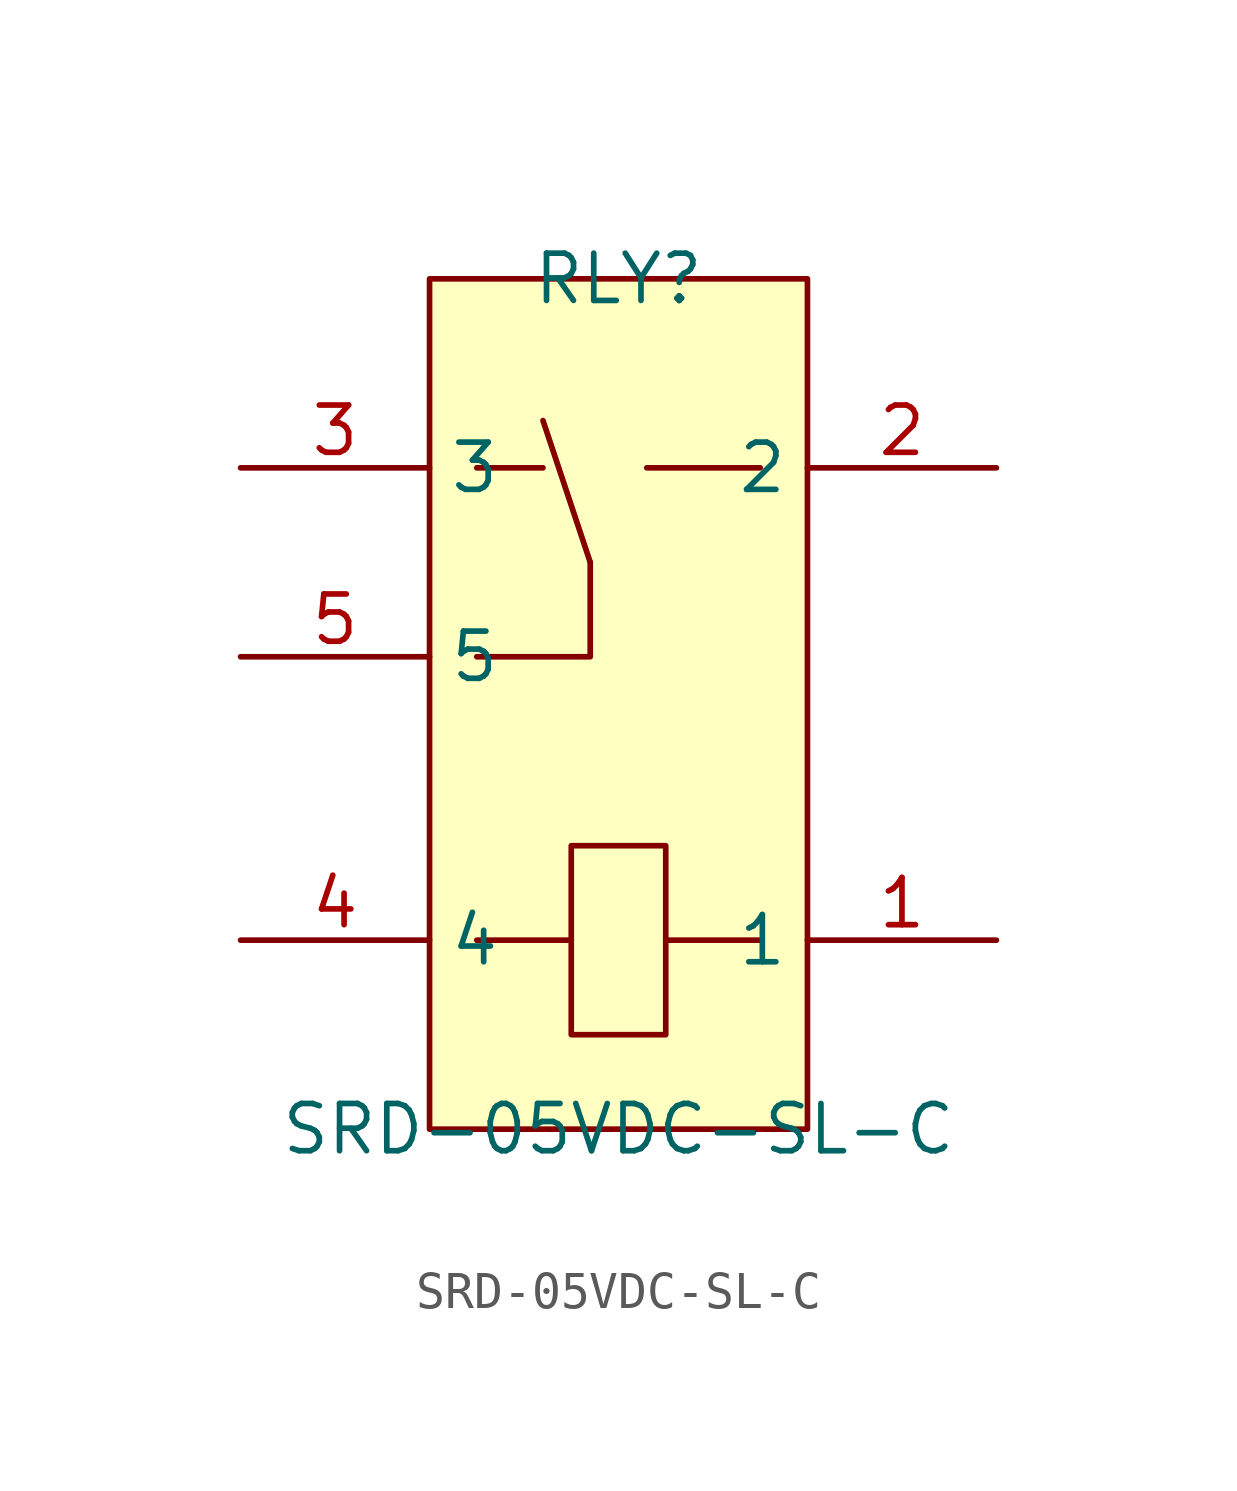
<source format=kicad_sym>
(kicad_symbol_lib
  (version 20231120)
  (generator "kicad_symbol_editor")
  (generator_version "8.0")
  (symbol "SRD-05VDC-SL-C"
    (property "Reference" "RLY"
      (at 0 11.43 0)
      (effects (font (size 1.27 1.27))))
    (property "Value" "SRD-05VDC-SL-C"
      (at 0 -11.43 0)
      (effects (font (size 1.27 1.27))))
    (symbol "SRD-05VDC-SL-C_0_1"
      (rectangle (start -5.08 11.43) (end 5.08 -11.43) (stroke (width 0) (type default)) (fill (type background)))
      (arc (start -3.81 -6.6) (mid -3.76 -6.36) (end -3.81 -6.6) (stroke (width 0) (type default)) (fill (type none)))
      (arc (start -3.81 -1.52) (mid -3.76 -1.28) (end -3.81 -1.52) (stroke (width 0) (type default)) (fill (type none)))
      (arc (start -3.81 6.1) (mid -3.76 6.34) (end -3.81 6.1) (stroke (width 0) (type default)) (fill (type none)))
      (polyline (pts (xy -3.81 6.35) (xy -2.03 6.35)) (stroke (width 0) (type default)) (fill (type none)))
      (polyline (pts (xy -1.27 -6.35) (xy -3.81 -6.35)) (stroke (width 0) (type default)) (fill (type none)))
      (polyline (pts (xy -0.76 3.81) (xy -2.03 7.62)) (stroke (width 0) (type default)) (fill (type none)))
      (polyline (pts (xy 3.81 -6.35) (xy 1.27 -6.35)) (stroke (width 0) (type default)) (fill (type none)))
      (polyline (pts (xy 3.81 6.35) (xy 0.76 6.35)) (stroke (width 0) (type default)) (fill (type none)))
      (polyline (pts (xy -3.81 1.27) (xy -0.76 1.27) (xy -0.76 3.81)) (stroke (width 0) (type default)) (fill (type none)))
      (polyline (pts (xy -1.27 -8.89) (xy 1.27 -8.89) (xy 1.27 -3.81) (xy -1.27 -3.81) (xy -1.27 -8.89)) (stroke (width 0) (type default)) (fill (type background)))
      (arc (start 3.81 -6.6) (mid 3.86 -6.36) (end 3.81 -6.6) (stroke (width 0) (type default)) (fill (type none)))
      (arc (start 3.81 6.1) (mid 3.86 6.34) (end 3.81 6.1) (stroke (width 0) (type default)) (fill (type none)))
      (pin input line (at 10.16 -6.35 180) (length 5.08) (name "1" (effects (font (size 1.27 1.27)))) (number "1" (effects (font (size 1.27 1.27)))))
      (pin input line (at 10.16 6.35 180) (length 5.08) (name "2" (effects (font (size 1.27 1.27)))) (number "2" (effects (font (size 1.27 1.27)))))
      (pin input line (at -10.16 6.35 0) (length 5.08) (name "3" (effects (font (size 1.27 1.27)))) (number "3" (effects (font (size 1.27 1.27)))))
      (pin input line (at -10.16 -6.35 0) (length 5.08) (name "4" (effects (font (size 1.27 1.27)))) (number "4" (effects (font (size 1.27 1.27)))))
      (pin input line (at -10.16 1.27 0) (length 5.08) (name "5" (effects (font (size 1.27 1.27)))) (number "5" (effects (font (size 1.27 1.27))))))))
</source>
